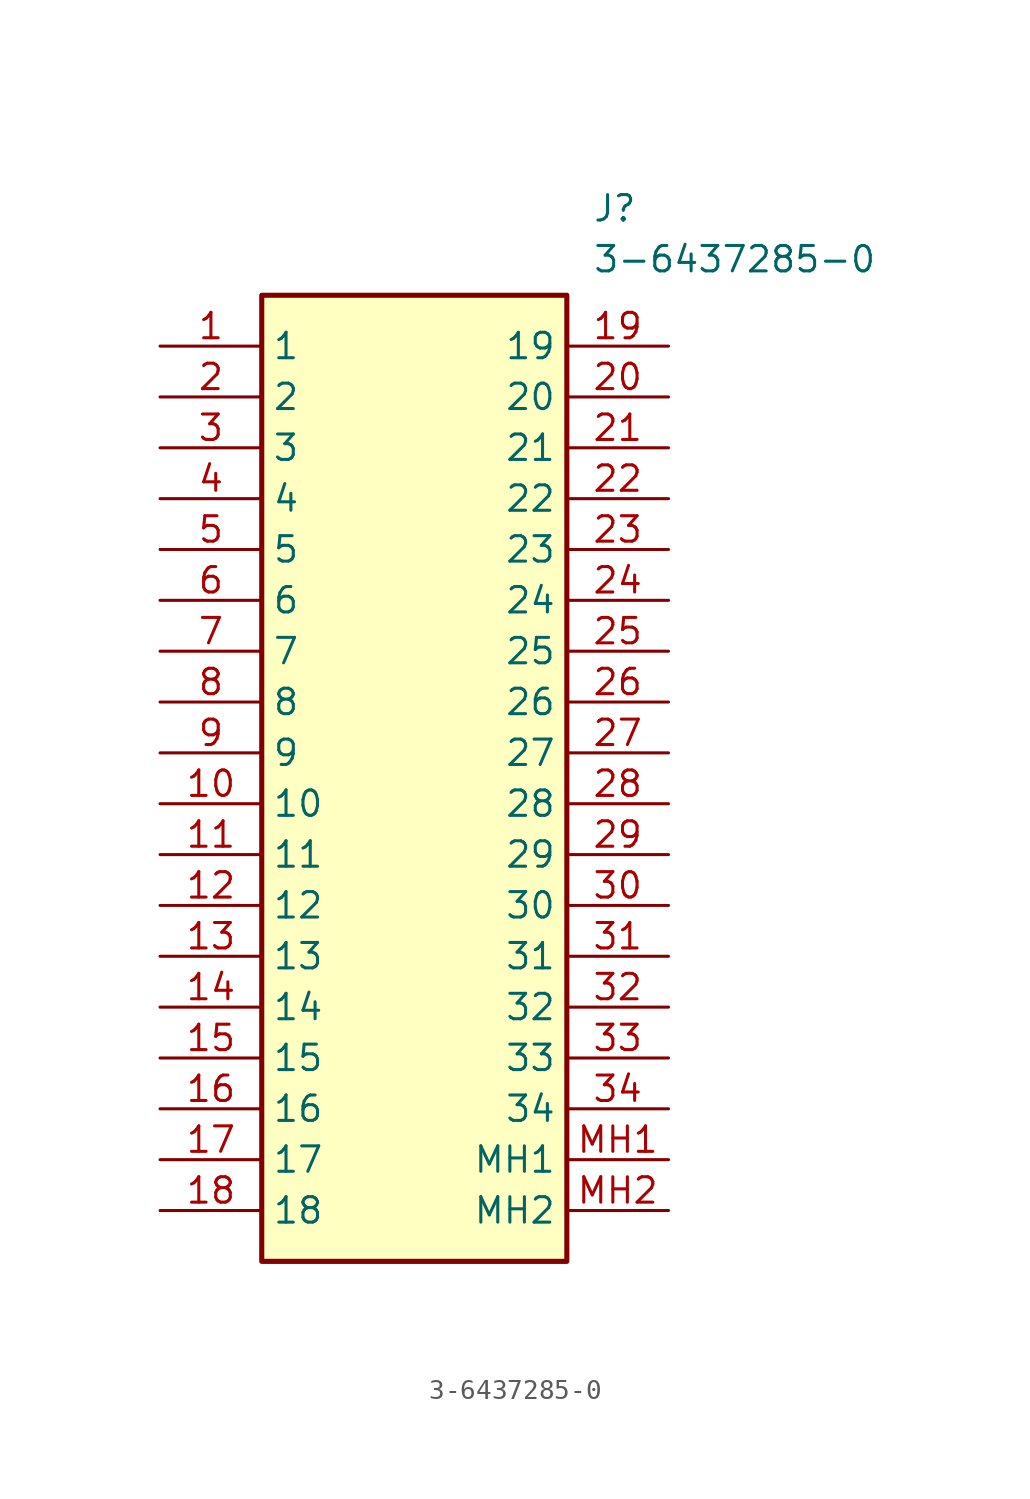
<source format=kicad_sym>
(kicad_symbol_lib
  (version 20211014)
  (generator SamacSys_ECAD_Model)
  (symbol "3-6437285-0"
    (property "Reference" "J"
      (at 21.59 7.62 0)
      (effects (font (size 1.27 1.27)) (justify left top)))
    (property "Value" "3-6437285-0"
      (at 21.59 5.08 0)
      (effects (font (size 1.27 1.27)) (justify left top)))
    (rectangle
      (start 5.08 2.54)
      (end 20.32 -45.72)
      (stroke (width 0.254) (type default))
      (fill (type background)))
    (pin passive line
      (at 0 0 0)
      (length 5.08)
      (name "1" (effects (font (size 1.27 1.27))))
      (number "1" (effects (font (size 1.27 1.27)))))
    (pin passive line
      (at 0 -2.54 0)
      (length 5.08)
      (name "2" (effects (font (size 1.27 1.27))))
      (number "2" (effects (font (size 1.27 1.27)))))
    (pin passive line
      (at 0 -5.08 0)
      (length 5.08)
      (name "3" (effects (font (size 1.27 1.27))))
      (number "3" (effects (font (size 1.27 1.27)))))
    (pin passive line
      (at 0 -7.62 0)
      (length 5.08)
      (name "4" (effects (font (size 1.27 1.27))))
      (number "4" (effects (font (size 1.27 1.27)))))
    (pin passive line
      (at 0 -10.16 0)
      (length 5.08)
      (name "5" (effects (font (size 1.27 1.27))))
      (number "5" (effects (font (size 1.27 1.27)))))
    (pin passive line
      (at 0 -12.7 0)
      (length 5.08)
      (name "6" (effects (font (size 1.27 1.27))))
      (number "6" (effects (font (size 1.27 1.27)))))
    (pin passive line
      (at 0 -15.24 0)
      (length 5.08)
      (name "7" (effects (font (size 1.27 1.27))))
      (number "7" (effects (font (size 1.27 1.27)))))
    (pin passive line
      (at 0 -17.78 0)
      (length 5.08)
      (name "8" (effects (font (size 1.27 1.27))))
      (number "8" (effects (font (size 1.27 1.27)))))
    (pin passive line
      (at 0 -20.32 0)
      (length 5.08)
      (name "9" (effects (font (size 1.27 1.27))))
      (number "9" (effects (font (size 1.27 1.27)))))
    (pin passive line
      (at 0 -22.86 0)
      (length 5.08)
      (name "10" (effects (font (size 1.27 1.27))))
      (number "10" (effects (font (size 1.27 1.27)))))
    (pin passive line
      (at 0 -25.4 0)
      (length 5.08)
      (name "11" (effects (font (size 1.27 1.27))))
      (number "11" (effects (font (size 1.27 1.27)))))
    (pin passive line
      (at 0 -27.94 0)
      (length 5.08)
      (name "12" (effects (font (size 1.27 1.27))))
      (number "12" (effects (font (size 1.27 1.27)))))
    (pin passive line
      (at 0 -30.48 0)
      (length 5.08)
      (name "13" (effects (font (size 1.27 1.27))))
      (number "13" (effects (font (size 1.27 1.27)))))
    (pin passive line
      (at 0 -33.02 0)
      (length 5.08)
      (name "14" (effects (font (size 1.27 1.27))))
      (number "14" (effects (font (size 1.27 1.27)))))
    (pin passive line
      (at 0 -35.56 0)
      (length 5.08)
      (name "15" (effects (font (size 1.27 1.27))))
      (number "15" (effects (font (size 1.27 1.27)))))
    (pin passive line
      (at 0 -38.1 0)
      (length 5.08)
      (name "16" (effects (font (size 1.27 1.27))))
      (number "16" (effects (font (size 1.27 1.27)))))
    (pin passive line
      (at 0 -40.64 0)
      (length 5.08)
      (name "17" (effects (font (size 1.27 1.27))))
      (number "17" (effects (font (size 1.27 1.27)))))
    (pin passive line
      (at 0 -43.18 0)
      (length 5.08)
      (name "18" (effects (font (size 1.27 1.27))))
      (number "18" (effects (font (size 1.27 1.27)))))
    (pin passive line
      (at 25.4 0 180)
      (length 5.08)
      (name "19" (effects (font (size 1.27 1.27))))
      (number "19" (effects (font (size 1.27 1.27)))))
    (pin passive line
      (at 25.4 -2.54 180)
      (length 5.08)
      (name "20" (effects (font (size 1.27 1.27))))
      (number "20" (effects (font (size 1.27 1.27)))))
    (pin passive line
      (at 25.4 -5.08 180)
      (length 5.08)
      (name "21" (effects (font (size 1.27 1.27))))
      (number "21" (effects (font (size 1.27 1.27)))))
    (pin passive line
      (at 25.4 -7.62 180)
      (length 5.08)
      (name "22" (effects (font (size 1.27 1.27))))
      (number "22" (effects (font (size 1.27 1.27)))))
    (pin passive line
      (at 25.4 -10.16 180)
      (length 5.08)
      (name "23" (effects (font (size 1.27 1.27))))
      (number "23" (effects (font (size 1.27 1.27)))))
    (pin passive line
      (at 25.4 -12.7 180)
      (length 5.08)
      (name "24" (effects (font (size 1.27 1.27))))
      (number "24" (effects (font (size 1.27 1.27)))))
    (pin passive line
      (at 25.4 -15.24 180)
      (length 5.08)
      (name "25" (effects (font (size 1.27 1.27))))
      (number "25" (effects (font (size 1.27 1.27)))))
    (pin passive line
      (at 25.4 -17.78 180)
      (length 5.08)
      (name "26" (effects (font (size 1.27 1.27))))
      (number "26" (effects (font (size 1.27 1.27)))))
    (pin passive line
      (at 25.4 -20.32 180)
      (length 5.08)
      (name "27" (effects (font (size 1.27 1.27))))
      (number "27" (effects (font (size 1.27 1.27)))))
    (pin passive line
      (at 25.4 -22.86 180)
      (length 5.08)
      (name "28" (effects (font (size 1.27 1.27))))
      (number "28" (effects (font (size 1.27 1.27)))))
    (pin passive line
      (at 25.4 -25.4 180)
      (length 5.08)
      (name "29" (effects (font (size 1.27 1.27))))
      (number "29" (effects (font (size 1.27 1.27)))))
    (pin passive line
      (at 25.4 -27.94 180)
      (length 5.08)
      (name "30" (effects (font (size 1.27 1.27))))
      (number "30" (effects (font (size 1.27 1.27)))))
    (pin passive line
      (at 25.4 -30.48 180)
      (length 5.08)
      (name "31" (effects (font (size 1.27 1.27))))
      (number "31" (effects (font (size 1.27 1.27)))))
    (pin passive line
      (at 25.4 -33.02 180)
      (length 5.08)
      (name "32" (effects (font (size 1.27 1.27))))
      (number "32" (effects (font (size 1.27 1.27)))))
    (pin passive line
      (at 25.4 -35.56 180)
      (length 5.08)
      (name "33" (effects (font (size 1.27 1.27))))
      (number "33" (effects (font (size 1.27 1.27)))))
    (pin passive line
      (at 25.4 -38.1 180)
      (length 5.08)
      (name "34" (effects (font (size 1.27 1.27))))
      (number "34" (effects (font (size 1.27 1.27)))))
    (pin passive line
      (at 25.4 -40.64 180)
      (length 5.08)
      (name "MH1" (effects (font (size 1.27 1.27))))
      (number "MH1" (effects (font (size 1.27 1.27)))))
    (pin passive line
      (at 25.4 -43.18 180)
      (length 5.08)
      (name "MH2" (effects (font (size 1.27 1.27))))
      (number "MH2" (effects (font (size 1.27 1.27)))))))
</source>
